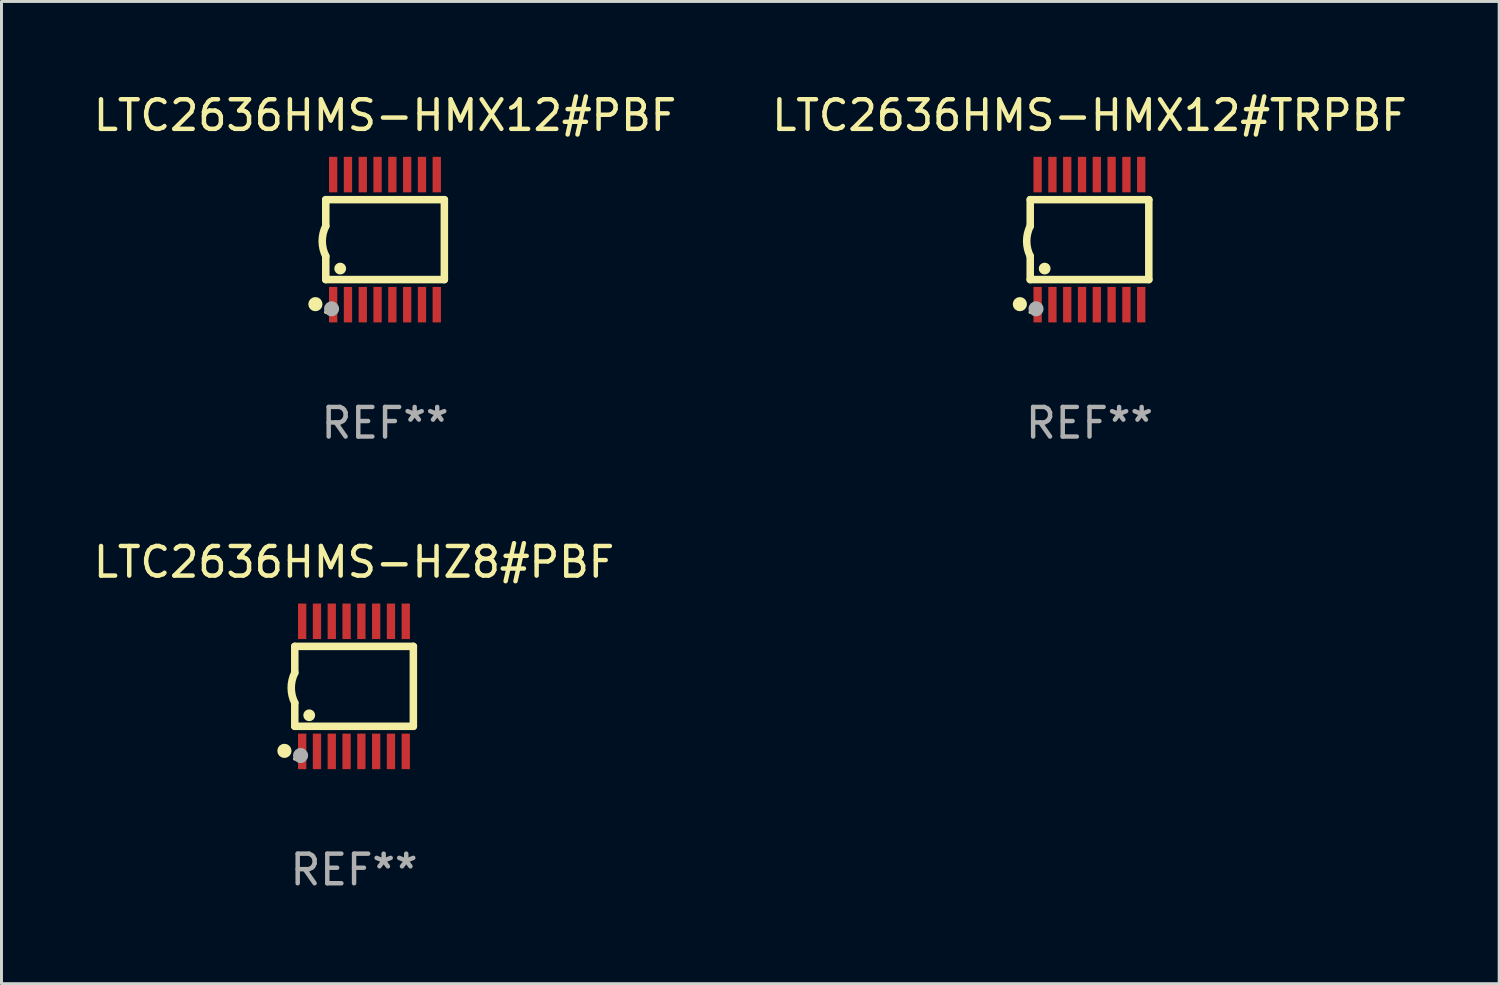
<source format=kicad_pcb>
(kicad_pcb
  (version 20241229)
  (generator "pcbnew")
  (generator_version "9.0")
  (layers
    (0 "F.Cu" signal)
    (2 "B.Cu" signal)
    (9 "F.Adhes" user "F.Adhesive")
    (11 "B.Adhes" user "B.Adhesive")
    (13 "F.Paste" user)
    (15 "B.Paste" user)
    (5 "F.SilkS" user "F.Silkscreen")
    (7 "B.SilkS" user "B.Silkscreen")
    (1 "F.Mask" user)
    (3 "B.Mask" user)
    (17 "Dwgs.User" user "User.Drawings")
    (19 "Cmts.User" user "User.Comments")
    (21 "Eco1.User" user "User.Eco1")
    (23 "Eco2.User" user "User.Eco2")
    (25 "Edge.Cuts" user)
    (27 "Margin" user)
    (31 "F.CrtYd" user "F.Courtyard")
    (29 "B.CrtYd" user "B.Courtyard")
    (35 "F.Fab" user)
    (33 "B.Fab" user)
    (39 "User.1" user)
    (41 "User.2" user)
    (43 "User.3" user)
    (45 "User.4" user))
  (footprint "LTC2636HMS-HZ8#PBF"
    (layer "F.Cu")
    (at 8.911 20.136)
    (property "Reference" "LTC2636HMS-HZ8#PBF" (at 0 -4.197 0) (layer "F.SilkS") (effects (font (size 1 1) (thickness 0.15))))
    (attr through_hole)
    (fp_line (start -2.003 -1.35) (end -2.003 -0.457) (stroke (width 0.254) (type solid)) (layer "F.SilkS"))
    (fp_line (start -2.003 -1.35) (end 2.003 -1.35) (stroke (width 0.254) (type solid)) (layer "F.SilkS"))
    (fp_line (start -2.003 1.35) (end -2.003 0.559) (stroke (width 0.254) (type solid)) (layer "F.SilkS"))
    (fp_line (start -2.003 1.35) (end 2.003 1.35) (stroke (width 0.254) (type solid)) (layer "F.SilkS"))
    (fp_line (start 2.003 -1.35) (end 2.003 1.35) (stroke (width 0.254) (type solid)) (layer "F.SilkS"))
    (fp_arc (start -2.002286 0.558802) (mid -2.122556 0.05092) (end -2.003302 -0.457201) (stroke (width 0.254001) (type solid)) (layer "F.SilkS"))
    (fp_circle (center -2.353 2.18) (end -2.233 2.18) (stroke (width 0.24) (type solid)) (fill no) (layer "F.SilkS"))
    (fp_circle (center -2.003 2.45) (end -1.973 2.45) (stroke (width 0.06) (type solid)) (fill no) (layer "F.SilkS"))
    (fp_circle (center -1.515 0.978) (end -1.415 0.978) (stroke (width 0.2) (type solid)) (fill no) (layer "F.SilkS"))
    (fp_circle (center -1.807 2.337) (end -1.68 2.337) (stroke (width 0.254) (type solid)) (fill no) (layer "F.Fab"))
    (fp_text user "REF**" (at 0 6.197 0) (layer "F.Fab") (effects (font (size 1 1) (thickness 0.15))))
    (pad "1" smd rect (at -1.753 2.197 90) (size 1.2 0.28) (layers "F.Cu" "F.Mask" "F.Paste"))
    (pad "2" smd rect (at -1.253 2.197 90) (size 1.2 0.28) (layers "F.Cu" "F.Mask" "F.Paste"))
    (pad "3" smd rect (at -0.753 2.197 90) (size 1.2 0.28) (layers "F.Cu" "F.Mask" "F.Paste"))
    (pad "4" smd rect (at -0.253 2.197 90) (size 1.2 0.28) (layers "F.Cu" "F.Mask" "F.Paste"))
    (pad "5" smd rect (at 0.247 2.197 90) (size 1.2 0.28) (layers "F.Cu" "F.Mask" "F.Paste"))
    (pad "6" smd rect (at 0.747 2.197 90) (size 1.2 0.28) (layers "F.Cu" "F.Mask" "F.Paste"))
    (pad "7" smd rect (at 1.247 2.197 90) (size 1.2 0.28) (layers "F.Cu" "F.Mask" "F.Paste"))
    (pad "8" smd rect (at 1.747 2.197 90) (size 1.2 0.28) (layers "F.Cu" "F.Mask" "F.Paste"))
    (pad "9" smd rect (at 1.747 -2.197 90) (size 1.2 0.28) (layers "F.Cu" "F.Mask" "F.Paste"))
    (pad "10" smd rect (at 1.247 -2.197 90) (size 1.2 0.28) (layers "F.Cu" "F.Mask" "F.Paste"))
    (pad "11" smd rect (at 0.747 -2.197 90) (size 1.2 0.28) (layers "F.Cu" "F.Mask" "F.Paste"))
    (pad "12" smd rect (at 0.247 -2.197 90) (size 1.2 0.28) (layers "F.Cu" "F.Mask" "F.Paste"))
    (pad "13" smd rect (at -0.253 -2.197 90) (size 1.2 0.28) (layers "F.Cu" "F.Mask" "F.Paste"))
    (pad "14" smd rect (at -0.753 -2.197 90) (size 1.2 0.28) (layers "F.Cu" "F.Mask" "F.Paste"))
    (pad "15" smd rect (at -1.253 -2.197 90) (size 1.2 0.28) (layers "F.Cu" "F.Mask" "F.Paste"))
    (pad "16" smd rect (at -1.753 -2.197 90) (size 1.2 0.28) (layers "F.Cu" "F.Mask" "F.Paste")))
  (footprint "LTC2636HMS-HMX12#TRPBF"
    (layer "F.Cu")
    (at 33.756 5.045)
    (property "Reference" "LTC2636HMS-HMX12#TRPBF" (at 0 -4.197 0) (layer "F.SilkS") (effects (font (size 1 1) (thickness 0.15))))
    (attr through_hole)
    (fp_line (start -2.003 -1.35) (end -2.003 -0.457) (stroke (width 0.254) (type solid)) (layer "F.SilkS"))
    (fp_line (start -2.003 -1.35) (end 2.003 -1.35) (stroke (width 0.254) (type solid)) (layer "F.SilkS"))
    (fp_line (start -2.003 1.35) (end -2.003 0.559) (stroke (width 0.254) (type solid)) (layer "F.SilkS"))
    (fp_line (start -2.003 1.35) (end 2.003 1.35) (stroke (width 0.254) (type solid)) (layer "F.SilkS"))
    (fp_line (start 2.003 -1.35) (end 2.003 1.35) (stroke (width 0.254) (type solid)) (layer "F.SilkS"))
    (fp_arc (start -2.002286 0.558802) (mid -2.122556 0.05092) (end -2.003302 -0.457201) (stroke (width 0.254001) (type solid)) (layer "F.SilkS"))
    (fp_circle (center -2.353 2.18) (end -2.233 2.18) (stroke (width 0.24) (type solid)) (fill no) (layer "F.SilkS"))
    (fp_circle (center -2.003 2.45) (end -1.973 2.45) (stroke (width 0.06) (type solid)) (fill no) (layer "F.SilkS"))
    (fp_circle (center -1.515 0.978) (end -1.415 0.978) (stroke (width 0.2) (type solid)) (fill no) (layer "F.SilkS"))
    (fp_circle (center -1.807 2.337) (end -1.68 2.337) (stroke (width 0.254) (type solid)) (fill no) (layer "F.Fab"))
    (fp_text user "REF**" (at 0 6.197 0) (layer "F.Fab") (effects (font (size 1 1) (thickness 0.15))))
    (pad "1" smd rect (at -1.753 2.197 90) (size 1.2 0.28) (layers "F.Cu" "F.Mask" "F.Paste"))
    (pad "2" smd rect (at -1.253 2.197 90) (size 1.2 0.28) (layers "F.Cu" "F.Mask" "F.Paste"))
    (pad "3" smd rect (at -0.753 2.197 90) (size 1.2 0.28) (layers "F.Cu" "F.Mask" "F.Paste"))
    (pad "4" smd rect (at -0.253 2.197 90) (size 1.2 0.28) (layers "F.Cu" "F.Mask" "F.Paste"))
    (pad "5" smd rect (at 0.247 2.197 90) (size 1.2 0.28) (layers "F.Cu" "F.Mask" "F.Paste"))
    (pad "6" smd rect (at 0.747 2.197 90) (size 1.2 0.28) (layers "F.Cu" "F.Mask" "F.Paste"))
    (pad "7" smd rect (at 1.247 2.197 90) (size 1.2 0.28) (layers "F.Cu" "F.Mask" "F.Paste"))
    (pad "8" smd rect (at 1.747 2.197 90) (size 1.2 0.28) (layers "F.Cu" "F.Mask" "F.Paste"))
    (pad "9" smd rect (at 1.747 -2.197 90) (size 1.2 0.28) (layers "F.Cu" "F.Mask" "F.Paste"))
    (pad "10" smd rect (at 1.247 -2.197 90) (size 1.2 0.28) (layers "F.Cu" "F.Mask" "F.Paste"))
    (pad "11" smd rect (at 0.747 -2.197 90) (size 1.2 0.28) (layers "F.Cu" "F.Mask" "F.Paste"))
    (pad "12" smd rect (at 0.247 -2.197 90) (size 1.2 0.28) (layers "F.Cu" "F.Mask" "F.Paste"))
    (pad "13" smd rect (at -0.253 -2.197 90) (size 1.2 0.28) (layers "F.Cu" "F.Mask" "F.Paste"))
    (pad "14" smd rect (at -0.753 -2.197 90) (size 1.2 0.28) (layers "F.Cu" "F.Mask" "F.Paste"))
    (pad "15" smd rect (at -1.253 -2.197 90) (size 1.2 0.28) (layers "F.Cu" "F.Mask" "F.Paste"))
    (pad "16" smd rect (at -1.753 -2.197 90) (size 1.2 0.28) (layers "F.Cu" "F.Mask" "F.Paste")))
  (footprint "LTC2636HMS-HMX12#PBF"
    (layer "F.Cu")
    (at 9.958 5.045)
    (property "Reference" "LTC2636HMS-HMX12#PBF" (at 0 -4.197 0) (layer "F.SilkS") (effects (font (size 1 1) (thickness 0.15))))
    (attr through_hole)
    (fp_line (start -2.003 -1.35) (end -2.003 -0.457) (stroke (width 0.254) (type solid)) (layer "F.SilkS"))
    (fp_line (start -2.003 -1.35) (end 2.003 -1.35) (stroke (width 0.254) (type solid)) (layer "F.SilkS"))
    (fp_line (start -2.003 1.35) (end -2.003 0.559) (stroke (width 0.254) (type solid)) (layer "F.SilkS"))
    (fp_line (start -2.003 1.35) (end 2.003 1.35) (stroke (width 0.254) (type solid)) (layer "F.SilkS"))
    (fp_line (start 2.003 -1.35) (end 2.003 1.35) (stroke (width 0.254) (type solid)) (layer "F.SilkS"))
    (fp_arc (start -2.002286 0.558802) (mid -2.122556 0.05092) (end -2.003302 -0.457201) (stroke (width 0.254001) (type solid)) (layer "F.SilkS"))
    (fp_circle (center -2.353 2.18) (end -2.233 2.18) (stroke (width 0.24) (type solid)) (fill no) (layer "F.SilkS"))
    (fp_circle (center -2.003 2.45) (end -1.973 2.45) (stroke (width 0.06) (type solid)) (fill no) (layer "F.SilkS"))
    (fp_circle (center -1.515 0.978) (end -1.415 0.978) (stroke (width 0.2) (type solid)) (fill no) (layer "F.SilkS"))
    (fp_circle (center -1.807 2.337) (end -1.68 2.337) (stroke (width 0.254) (type solid)) (fill no) (layer "F.Fab"))
    (fp_text user "REF**" (at 0 6.197 0) (layer "F.Fab") (effects (font (size 1 1) (thickness 0.15))))
    (pad "1" smd rect (at -1.753 2.197 90) (size 1.2 0.28) (layers "F.Cu" "F.Mask" "F.Paste"))
    (pad "2" smd rect (at -1.253 2.197 90) (size 1.2 0.28) (layers "F.Cu" "F.Mask" "F.Paste"))
    (pad "3" smd rect (at -0.753 2.197 90) (size 1.2 0.28) (layers "F.Cu" "F.Mask" "F.Paste"))
    (pad "4" smd rect (at -0.253 2.197 90) (size 1.2 0.28) (layers "F.Cu" "F.Mask" "F.Paste"))
    (pad "5" smd rect (at 0.247 2.197 90) (size 1.2 0.28) (layers "F.Cu" "F.Mask" "F.Paste"))
    (pad "6" smd rect (at 0.747 2.197 90) (size 1.2 0.28) (layers "F.Cu" "F.Mask" "F.Paste"))
    (pad "7" smd rect (at 1.247 2.197 90) (size 1.2 0.28) (layers "F.Cu" "F.Mask" "F.Paste"))
    (pad "8" smd rect (at 1.747 2.197 90) (size 1.2 0.28) (layers "F.Cu" "F.Mask" "F.Paste"))
    (pad "9" smd rect (at 1.747 -2.197 90) (size 1.2 0.28) (layers "F.Cu" "F.Mask" "F.Paste"))
    (pad "10" smd rect (at 1.247 -2.197 90) (size 1.2 0.28) (layers "F.Cu" "F.Mask" "F.Paste"))
    (pad "11" smd rect (at 0.747 -2.197 90) (size 1.2 0.28) (layers "F.Cu" "F.Mask" "F.Paste"))
    (pad "12" smd rect (at 0.247 -2.197 90) (size 1.2 0.28) (layers "F.Cu" "F.Mask" "F.Paste"))
    (pad "13" smd rect (at -0.253 -2.197 90) (size 1.2 0.28) (layers "F.Cu" "F.Mask" "F.Paste"))
    (pad "14" smd rect (at -0.753 -2.197 90) (size 1.2 0.28) (layers "F.Cu" "F.Mask" "F.Paste"))
    (pad "15" smd rect (at -1.253 -2.197 90) (size 1.2 0.28) (layers "F.Cu" "F.Mask" "F.Paste"))
    (pad "16" smd rect (at -1.753 -2.197 90) (size 1.2 0.28) (layers "F.Cu" "F.Mask" "F.Paste")))
  (gr_rect
    (start -3 -3)
    (end 47.595 30.181)
    (stroke (width 0.1) (type default))
    (fill no)
    (layer "Edge.Cuts")))
</source>
